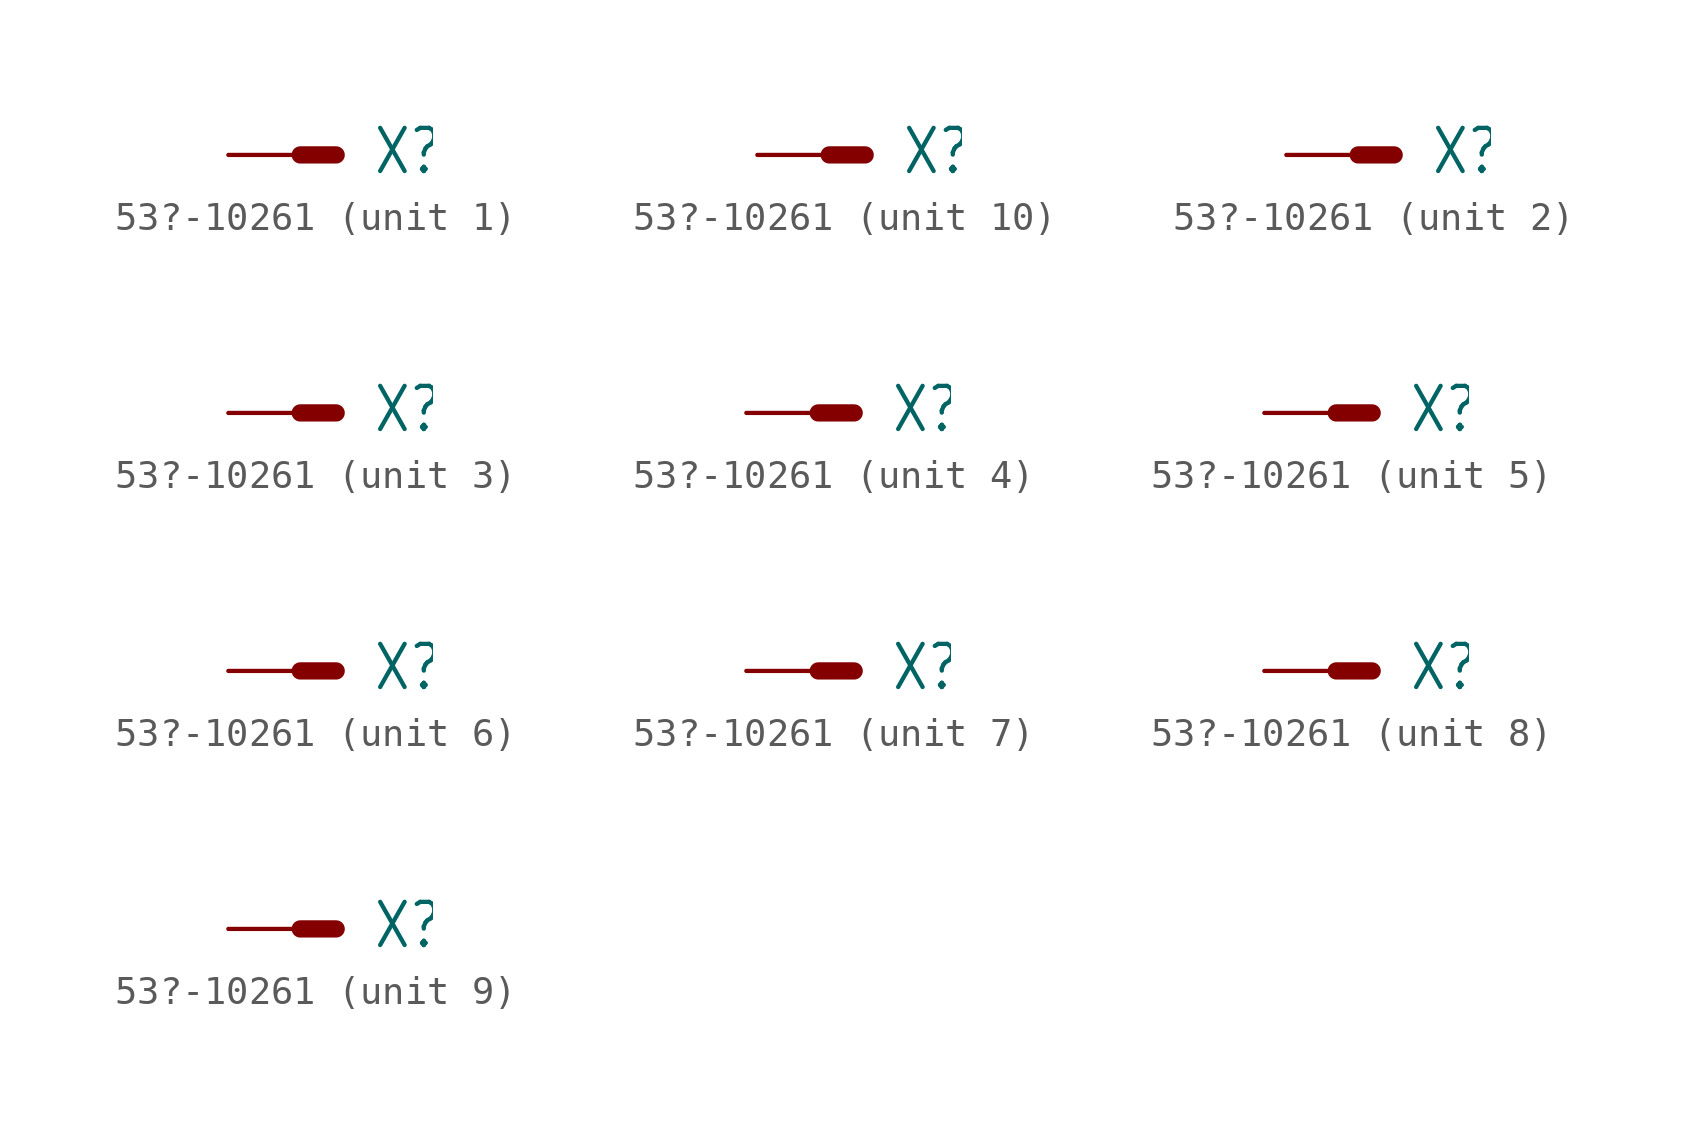
<source format=kicad_sym>
(kicad_symbol_lib
  (version 20220914)
  (generator kicad_symbol_editor)
  (symbol "53?-10261"
    (property "Reference" "X"
      (at 2.54 -0.762 0)
      (effects (font (size 1.524 1.295)) (justify left bottom)))
    (property "ki_locked" ""
      (at 0 0 0)
      (effects (font (size 1.27 1.27))))
    (symbol "53?-10261_1_0"
      (polyline (pts (xy 1.27 0) (xy 0 0)) (stroke (width 0.61) (type solid)) (fill (type none)))
      (pin passive line (at -2.54 0 0) (length 2.54) (name "S" (effects (font (size 0 0)))) (number "1" (effects (font (size 0 0))))))
    (symbol "53?-10261_2_0"
      (polyline (pts (xy 1.27 0) (xy 0 0)) (stroke (width 0.61) (type solid)) (fill (type none)))
      (pin passive line (at -2.54 0 0) (length 2.54) (name "S" (effects (font (size 0 0)))) (number "2" (effects (font (size 0 0))))))
    (symbol "53?-10261_3_0"
      (polyline (pts (xy 1.27 0) (xy 0 0)) (stroke (width 0.61) (type solid)) (fill (type none)))
      (pin passive line (at -2.54 0 0) (length 2.54) (name "S" (effects (font (size 0 0)))) (number "3" (effects (font (size 0 0))))))
    (symbol "53?-10261_4_0"
      (polyline (pts (xy 1.27 0) (xy 0 0)) (stroke (width 0.61) (type solid)) (fill (type none)))
      (pin passive line (at -2.54 0 0) (length 2.54) (name "S" (effects (font (size 0 0)))) (number "4" (effects (font (size 0 0))))))
    (symbol "53?-10261_5_0"
      (polyline (pts (xy 1.27 0) (xy 0 0)) (stroke (width 0.61) (type solid)) (fill (type none)))
      (pin passive line (at -2.54 0 0) (length 2.54) (name "S" (effects (font (size 0 0)))) (number "5" (effects (font (size 0 0))))))
    (symbol "53?-10261_6_0"
      (polyline (pts (xy 1.27 0) (xy 0 0)) (stroke (width 0.61) (type solid)) (fill (type none)))
      (pin passive line (at -2.54 0 0) (length 2.54) (name "S" (effects (font (size 0 0)))) (number "6" (effects (font (size 0 0))))))
    (symbol "53?-10261_7_0"
      (polyline (pts (xy 1.27 0) (xy 0 0)) (stroke (width 0.61) (type solid)) (fill (type none)))
      (pin passive line (at -2.54 0 0) (length 2.54) (name "S" (effects (font (size 0 0)))) (number "7" (effects (font (size 0 0))))))
    (symbol "53?-10261_8_0"
      (polyline (pts (xy 1.27 0) (xy 0 0)) (stroke (width 0.61) (type solid)) (fill (type none)))
      (pin passive line (at -2.54 0 0) (length 2.54) (name "S" (effects (font (size 0 0)))) (number "8" (effects (font (size 0 0))))))
    (symbol "53?-10261_9_0"
      (polyline (pts (xy 1.27 0) (xy 0 0)) (stroke (width 0.61) (type solid)) (fill (type none)))
      (pin passive line (at -2.54 0 0) (length 2.54) (name "S" (effects (font (size 0 0)))) (number "9" (effects (font (size 0 0))))))
    (symbol "53?-10261_10_0"
      (polyline (pts (xy 1.27 0) (xy 0 0)) (stroke (width 0.61) (type solid)) (fill (type none)))
      (pin passive line (at -2.54 0 0) (length 2.54) (name "S" (effects (font (size 0 0)))) (number "10" (effects (font (size 0 0))))))))
</source>
